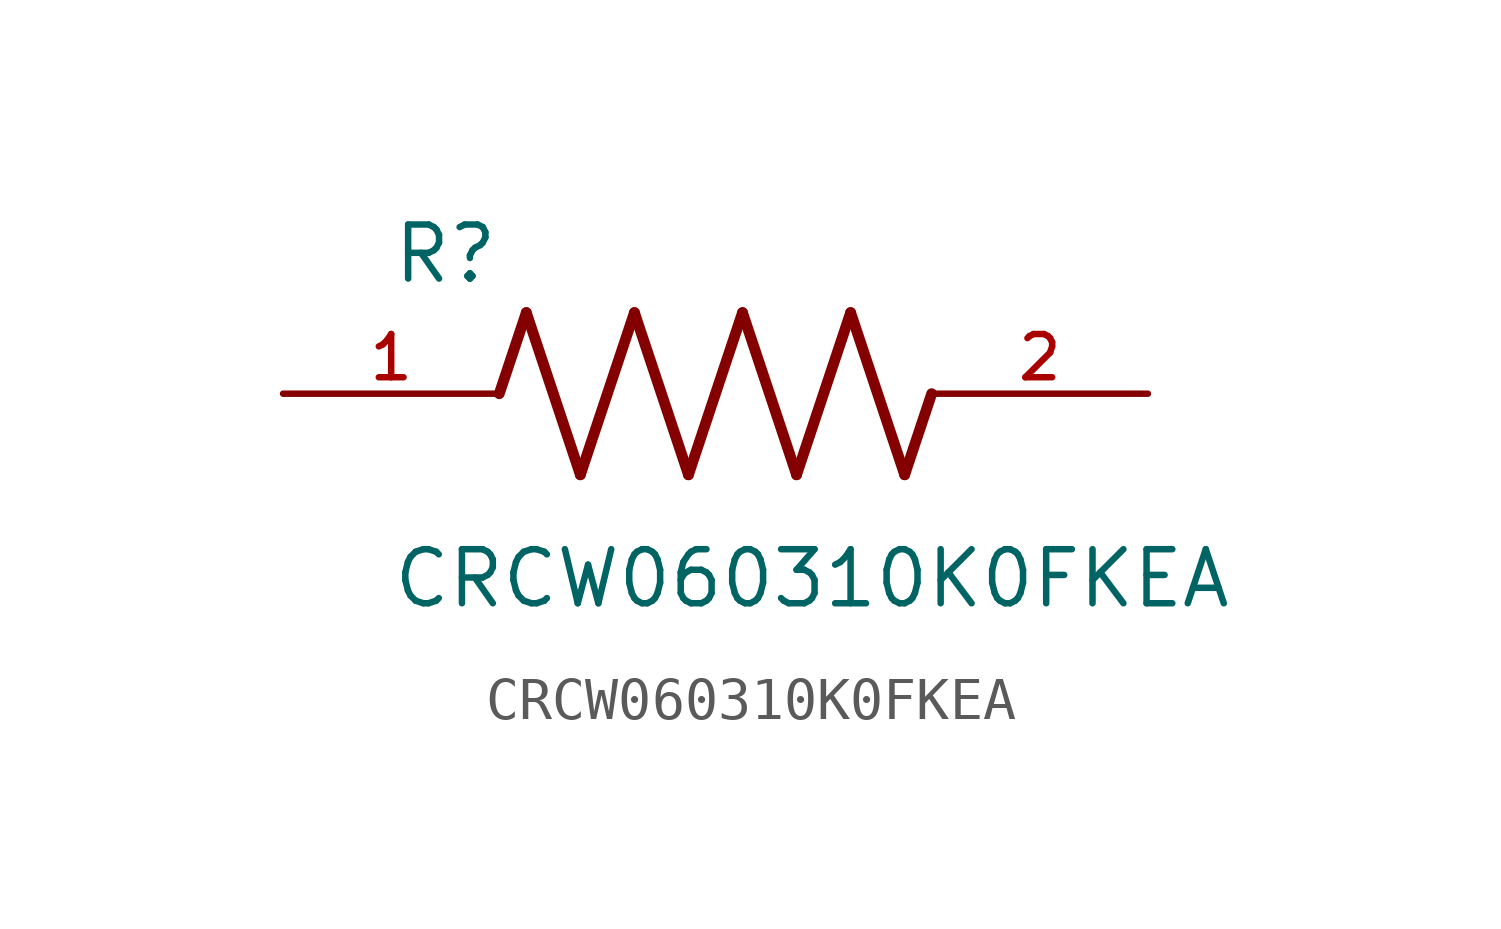
<source format=kicad_sym>
(kicad_symbol_lib
  (version 20241209)
  (generator "kicad_symbol_editor")
  (generator_version "9.0")
  (symbol "CRCW060310K0FKEA"
    (pin_names
      (offset 1.016))
    (property "Reference" "R"
      (at -7.624 2.542 0)
      (effects (font (size 1.27 1.27)) (justify left bottom)))
    (property "Value" "CRCW060310K0FKEA"
      (at -7.63 -5.087 0)
      (effects (font (size 1.27 1.27)) (justify left bottom)))
    (symbol "CRCW060310K0FKEA_0_0"
      (polyline (pts (xy -5.08 0) (xy -4.445 1.905)) (stroke (width 0.254) (type default)) (fill (type none)))
      (polyline (pts (xy -4.445 1.905) (xy -3.175 -1.905)) (stroke (width 0.254) (type default)) (fill (type none)))
      (polyline (pts (xy -3.175 -1.905) (xy -1.905 1.905)) (stroke (width 0.254) (type default)) (fill (type none)))
      (polyline (pts (xy -1.905 1.905) (xy -0.635 -1.905)) (stroke (width 0.254) (type default)) (fill (type none)))
      (polyline (pts (xy -0.635 -1.905) (xy 0.635 1.905)) (stroke (width 0.254) (type default)) (fill (type none)))
      (polyline (pts (xy 0.635 1.905) (xy 1.905 -1.905)) (stroke (width 0.254) (type default)) (fill (type none)))
      (polyline (pts (xy 1.905 -1.905) (xy 3.175 1.905)) (stroke (width 0.254) (type default)) (fill (type none)))
      (polyline (pts (xy 3.175 1.905) (xy 4.445 -1.905)) (stroke (width 0.254) (type default)) (fill (type none)))
      (polyline (pts (xy 4.445 -1.905) (xy 5.08 0)) (stroke (width 0.254) (type default)) (fill (type none)))
      (pin passive line (at -10.16 0 0) (length 5.08) (name "~" (effects (font (size 1.016 1.016)))) (number "1" (effects (font (size 1.016 1.016)))))
      (pin passive line (at 10.16 0 180) (length 5.08) (name "~" (effects (font (size 1.016 1.016)))) (number "2" (effects (font (size 1.016 1.016))))))))
</source>
